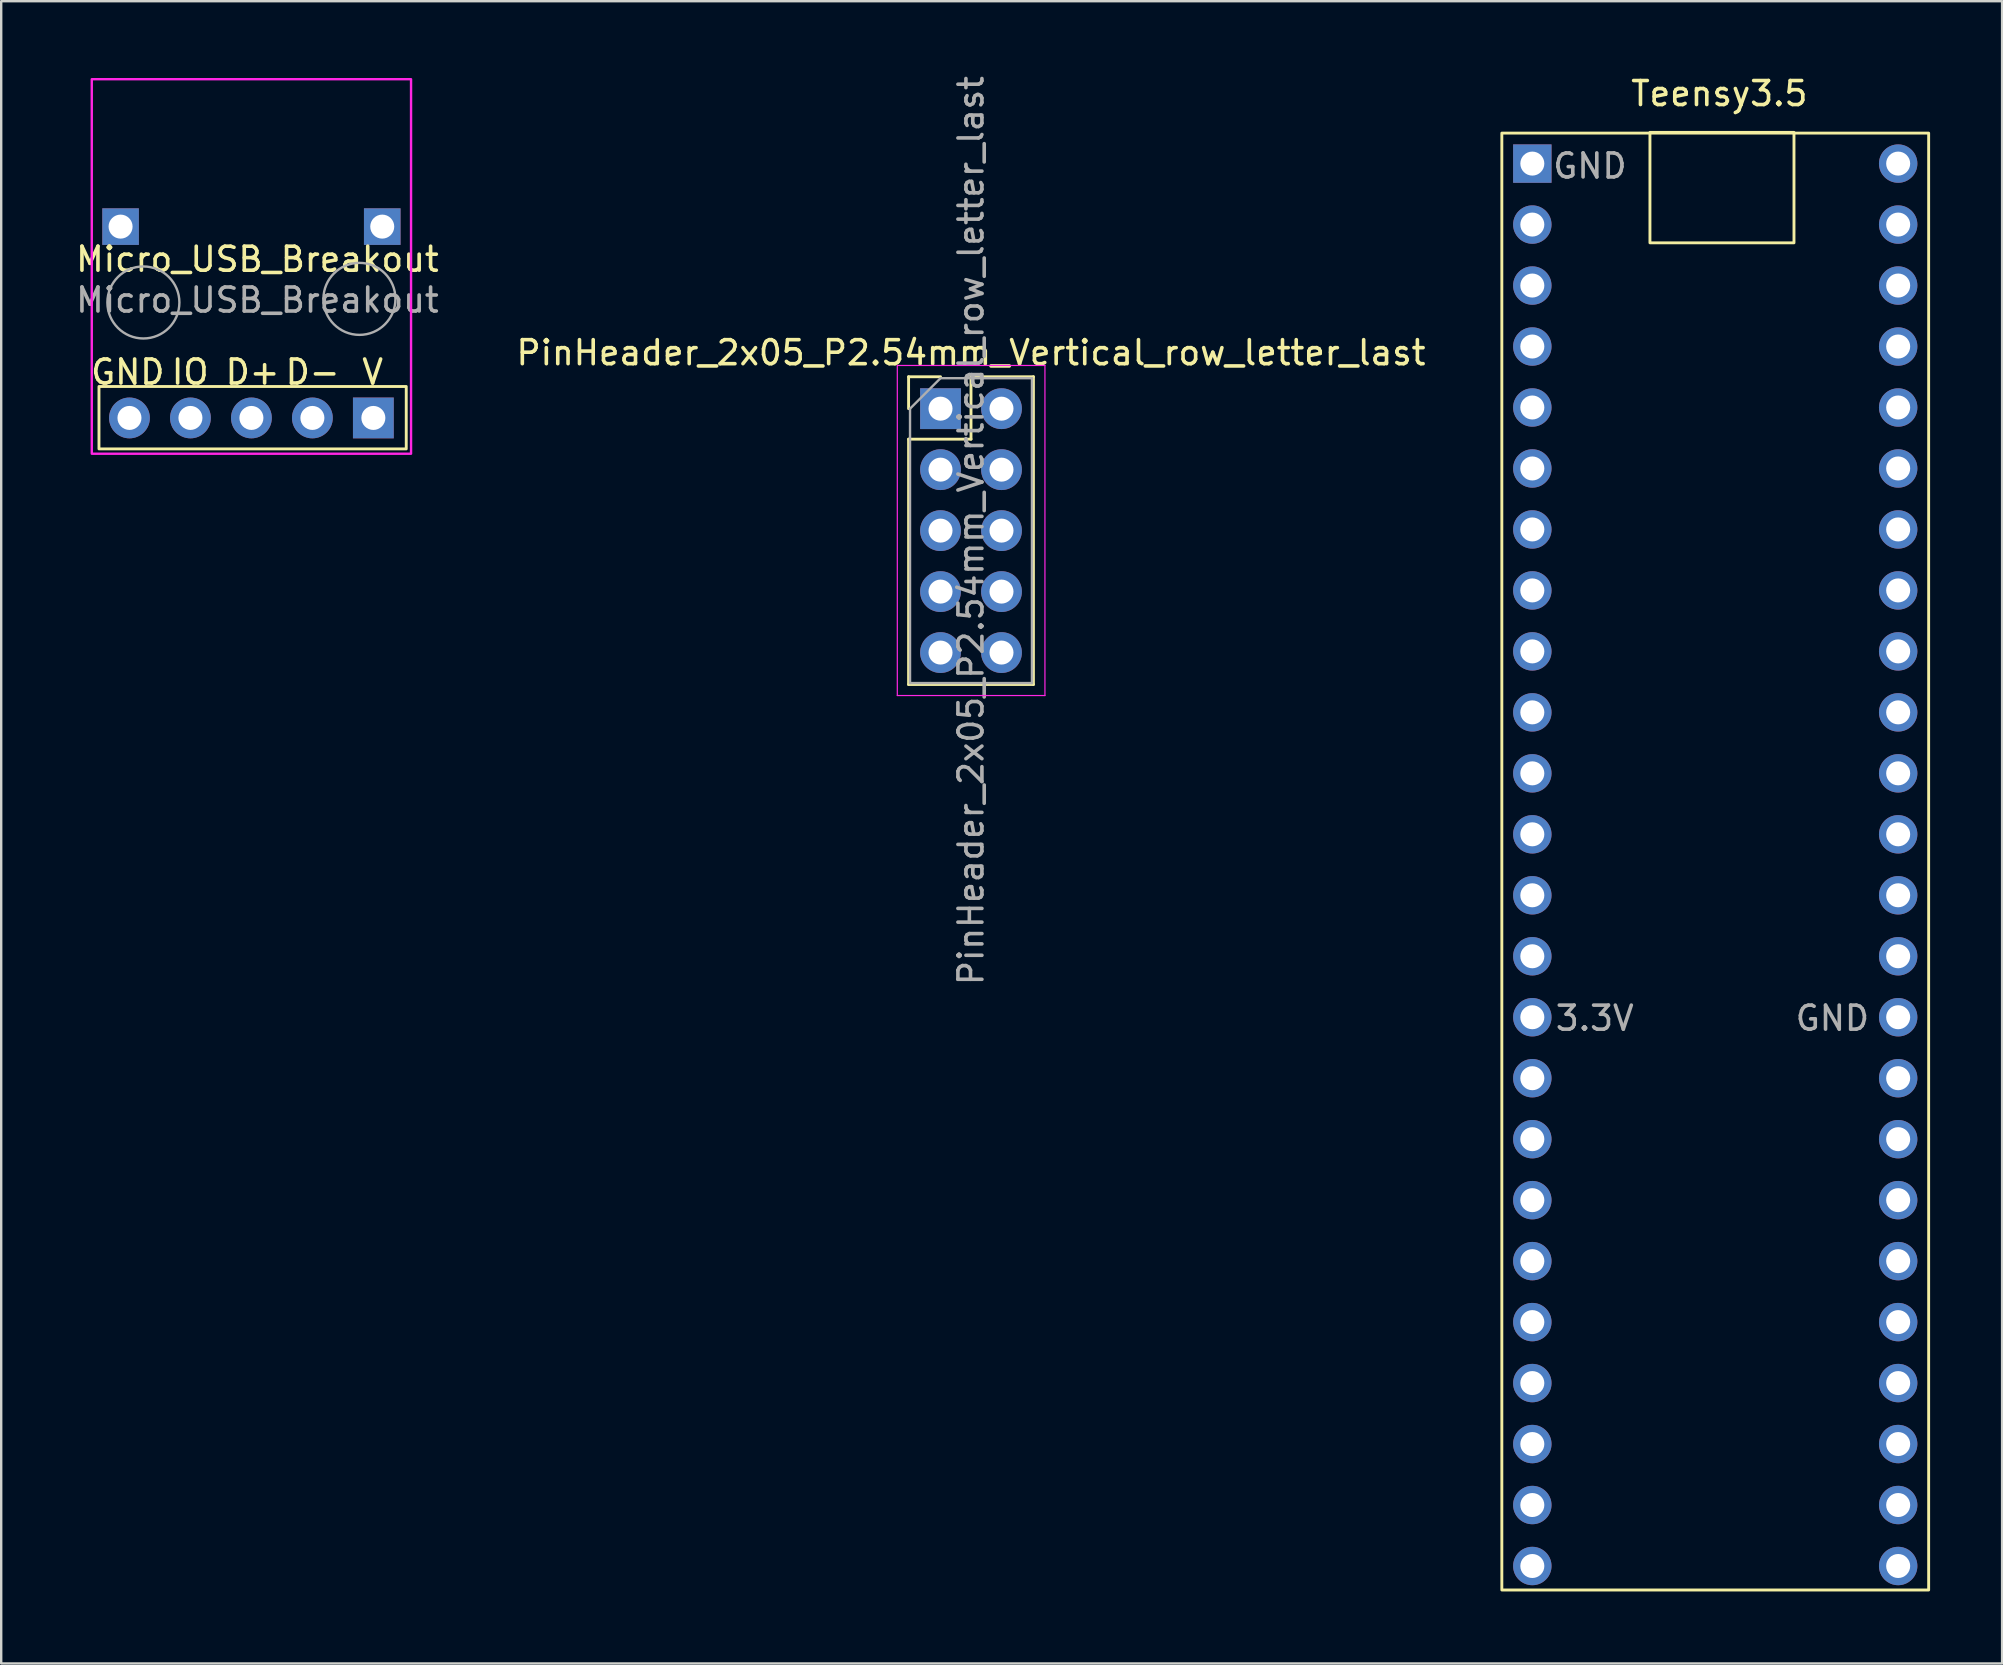
<source format=kicad_pcb>
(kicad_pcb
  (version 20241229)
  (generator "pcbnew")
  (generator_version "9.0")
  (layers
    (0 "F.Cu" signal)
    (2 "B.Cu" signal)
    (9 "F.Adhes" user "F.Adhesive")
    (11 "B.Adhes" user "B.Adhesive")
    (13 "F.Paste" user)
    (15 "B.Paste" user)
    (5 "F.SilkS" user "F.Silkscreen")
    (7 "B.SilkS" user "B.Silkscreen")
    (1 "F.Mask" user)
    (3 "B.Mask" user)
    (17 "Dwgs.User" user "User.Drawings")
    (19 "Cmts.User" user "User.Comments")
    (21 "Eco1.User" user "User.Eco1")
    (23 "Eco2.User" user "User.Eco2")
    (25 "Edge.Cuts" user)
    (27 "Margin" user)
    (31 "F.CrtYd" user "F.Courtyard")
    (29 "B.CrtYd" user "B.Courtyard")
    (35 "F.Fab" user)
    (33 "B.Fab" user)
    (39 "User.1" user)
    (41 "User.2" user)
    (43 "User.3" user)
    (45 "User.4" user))
  (footprint "PinHeader_2x05_P2.54mm_Vertical_row_letter_last"
    (layer "F.Cu")
    (at 36.129 13.974)
    (property "Reference" "PinHeader_2x05_P2.54mm_Vertical_row_letter_last" (at 1.27 -2.33 0) (layer "F.SilkS") (effects (font (size 1 1) (thickness 0.15))))
    (attr through_hole)
    (fp_line (start -1.33 -1.33) (end 0 -1.33) (stroke (width 0.12) (type solid)) (layer "F.SilkS"))
    (fp_line (start -1.33 0) (end -1.33 -1.33) (stroke (width 0.12) (type solid)) (layer "F.SilkS"))
    (fp_line (start -1.33 1.27) (end -1.33 11.49) (stroke (width 0.12) (type solid)) (layer "F.SilkS"))
    (fp_line (start -1.33 1.27) (end 1.27 1.27) (stroke (width 0.12) (type solid)) (layer "F.SilkS"))
    (fp_line (start -1.33 11.49) (end 3.87 11.49) (stroke (width 0.12) (type solid)) (layer "F.SilkS"))
    (fp_line (start 1.27 -1.33) (end 3.87 -1.33) (stroke (width 0.12) (type solid)) (layer "F.SilkS"))
    (fp_line (start 1.27 1.27) (end 1.27 -1.33) (stroke (width 0.12) (type solid)) (layer "F.SilkS"))
    (fp_line (start 3.87 -1.33) (end 3.87 11.49) (stroke (width 0.12) (type solid)) (layer "F.SilkS"))
    (fp_line (start -1.8 -1.8) (end -1.8 11.95) (stroke (width 0.05) (type solid)) (layer "F.CrtYd"))
    (fp_line (start -1.8 11.95) (end 4.35 11.95) (stroke (width 0.05) (type solid)) (layer "F.CrtYd"))
    (fp_line (start 4.35 -1.8) (end -1.8 -1.8) (stroke (width 0.05) (type solid)) (layer "F.CrtYd"))
    (fp_line (start 4.35 11.95) (end 4.35 -1.8) (stroke (width 0.05) (type solid)) (layer "F.CrtYd"))
    (fp_line (start -1.27 0) (end 0 -1.27) (stroke (width 0.1) (type solid)) (layer "F.Fab"))
    (fp_line (start -1.27 11.43) (end -1.27 0) (stroke (width 0.1) (type solid)) (layer "F.Fab"))
    (fp_line (start 0 -1.27) (end 3.81 -1.27) (stroke (width 0.1) (type solid)) (layer "F.Fab"))
    (fp_line (start 3.81 -1.27) (end 3.81 11.43) (stroke (width 0.1) (type solid)) (layer "F.Fab"))
    (fp_line (start 3.81 11.43) (end -1.27 11.43) (stroke (width 0.1) (type solid)) (layer "F.Fab"))
    (fp_text user "${REFERENCE}" (at 1.27 5.08 90) (layer "F.Fab") (effects (font (size 1 1) (thickness 0.15))))
    (pad "1a" thru_hole rect (at 0 0) (size 1.7 1.7) (drill 1) (layers "*.Cu" "*.Mask"))
    (pad "1b" thru_hole oval (at 2.54 0) (size 1.7 1.7) (drill 1) (layers "*.Cu" "*.Mask"))
    (pad "2a" thru_hole oval (at 0 2.54) (size 1.7 1.7) (drill 1) (layers "*.Cu" "*.Mask"))
    (pad "2b" thru_hole oval (at 2.54 2.54) (size 1.7 1.7) (drill 1) (layers "*.Cu" "*.Mask"))
    (pad "3a" thru_hole oval (at 0 5.08) (size 1.7 1.7) (drill 1) (layers "*.Cu" "*.Mask"))
    (pad "3b" thru_hole oval (at 2.54 5.08) (size 1.7 1.7) (drill 1) (layers "*.Cu" "*.Mask"))
    (pad "4a" thru_hole oval (at 0 7.62) (size 1.7 1.7) (drill 1) (layers "*.Cu" "*.Mask"))
    (pad "4b" thru_hole oval (at 2.54 7.62) (size 1.7 1.7) (drill 1) (layers "*.Cu" "*.Mask"))
    (pad "5a" thru_hole oval (at 0 10.16) (size 1.7 1.7) (drill 1) (layers "*.Cu" "*.Mask"))
    (pad "5b" thru_hole oval (at 2.54 10.16) (size 1.7 1.7) (drill 1) (layers "*.Cu" "*.Mask")))
  (footprint "Micro_USB_Breakout"
    (layer "F.Cu")
    (at 0.773 0.25)
    (property "Reference" "Micro_USB_Breakout" (at 6.9 7.5 0) (unlocked yes) (layer "F.SilkS") (effects (font (size 1 1) (thickness 0.15))))
    (attr through_hole)
    (fp_rect (start 13.1 15.4) (end 0.3 12.8) (stroke (width 0.12) (type solid)) (fill no) (layer "F.SilkS"))
    (fp_rect (start 0 0) (end 13.3 15.6) (stroke (width 0.1) (type solid)) (fill no) (layer "F.CrtYd"))
    (fp_circle (center 2.15 9.3) (end 3.65 9.3) (stroke (width 0.1) (type solid)) (fill no) (layer "F.Fab"))
    (fp_circle (center 11.15 9.15) (end 12.65 9.15) (stroke (width 0.1) (type solid)) (fill no) (layer "F.Fab"))
    (fp_text user "V" (at 11.7 12.2 0) (unlocked yes) (layer "F.SilkS") (effects (font (size 1 1) (thickness 0.15))))
    (fp_text user "D-" (at 9.2 12.2 0) (unlocked yes) (layer "F.SilkS") (effects (font (size 1 1) (thickness 0.15))))
    (fp_text user "IO" (at 4.1 12.2 0) (unlocked yes) (layer "F.SilkS") (effects (font (size 1 1) (thickness 0.15))))
    (fp_text user "GND" (at 1.5 12.2 0) (unlocked yes) (layer "F.SilkS") (effects (font (size 1 1) (thickness 0.15))))
    (fp_text user "D+" (at 6.7 12.2 0) (unlocked yes) (layer "F.SilkS") (effects (font (size 1 1) (thickness 0.15))))
    (fp_text user "${REFERENCE}" (at 6.9 9.2 0) (unlocked yes) (layer "F.Fab") (effects (font (size 1 1) (thickness 0.15))))
    (pad "1" thru_hole rect (at 11.73 14.11) (size 1.7 1.7) (drill 1) (layers "*.Cu" "*.Mask"))
    (pad "2" thru_hole circle (at 9.19 14.11) (size 1.7 1.7) (drill 1) (layers "*.Cu" "*.Mask"))
    (pad "3" thru_hole circle (at 6.65 14.11) (size 1.7 1.7) (drill 1) (layers "*.Cu" "*.Mask"))
    (pad "4" thru_hole circle (at 4.11 14.11) (size 1.7 1.7) (drill 1) (layers "*.Cu" "*.Mask"))
    (pad "5" thru_hole circle (at 1.57 14.11) (size 1.7 1.7) (drill 1) (layers "*.Cu" "*.Mask"))
    (pad "6" thru_hole rect (at 1.2 6.14) (size 1.524 1.524) (drill 1) (layers "*.Cu" "*.Mask"))
    (pad "6" thru_hole rect (at 12.1 6.14) (size 1.524 1.524) (drill 1) (layers "*.Cu" "*.Mask")))
  (footprint "Teensy3.5"
    (layer "F.Cu")
    (at 60.782 3.765)
    (property "Reference" "Teensy3.5" (at 7.791 -2.916 0) (unlocked yes) (layer "F.SilkS") (effects (font (size 1 1) (thickness 0.15))))
    (attr smd)
    (fp_rect (start -1.27 -1.27) (end 16.51 59.42) (stroke (width 0.12) (type solid)) (fill no) (layer "F.SilkS"))
    (fp_rect (start 10.9 3.3) (end 4.9 -1.3) (stroke (width 0.12) (type solid)) (fill no) (layer "F.SilkS"))
    (fp_text user "3.3V" (at 2.6 35.6 0) (unlocked yes) (layer "F.Fab") (effects (font (size 1 1) (thickness 0.15))))
    (fp_text user "GND" (at 12.5 35.6 0) (unlocked yes) (layer "F.Fab") (effects (font (size 1 1) (thickness 0.15))))
    (fp_text user "GND" (at 2.4 0.1 0) (unlocked yes) (layer "F.Fab") (effects (font (size 1 1) (thickness 0.15))))
    (pad "1" thru_hole rect (at 0 0) (size 1.6 1.6) (drill 1) (layers "*.Cu" "*.Mask"))
    (pad "2" thru_hole circle (at 0 2.54) (size 1.6 1.6) (drill 1) (layers "*.Cu" "*.Mask"))
    (pad "3" thru_hole circle (at 0 5.08) (size 1.6 1.6) (drill 1) (layers "*.Cu" "*.Mask"))
    (pad "4" thru_hole circle (at 0 7.62) (size 1.6 1.6) (drill 1) (layers "*.Cu" "*.Mask"))
    (pad "5" thru_hole circle (at 0 10.16) (size 1.6 1.6) (drill 1) (layers "*.Cu" "*.Mask"))
    (pad "6" thru_hole circle (at 0 12.7) (size 1.6 1.6) (drill 1) (layers "*.Cu" "*.Mask"))
    (pad "7" thru_hole circle (at 0 15.24) (size 1.6 1.6) (drill 1) (layers "*.Cu" "*.Mask"))
    (pad "8" thru_hole circle (at 0 17.78) (size 1.6 1.6) (drill 1) (layers "*.Cu" "*.Mask"))
    (pad "9" thru_hole circle (at 0 20.32) (size 1.6 1.6) (drill 1) (layers "*.Cu" "*.Mask"))
    (pad "10" thru_hole circle (at 0 22.86) (size 1.6 1.6) (drill 1) (layers "*.Cu" "*.Mask"))
    (pad "11" thru_hole circle (at 0 25.4) (size 1.6 1.6) (drill 1) (layers "*.Cu" "*.Mask"))
    (pad "12" thru_hole circle (at 0 27.94) (size 1.6 1.6) (drill 1) (layers "*.Cu" "*.Mask"))
    (pad "13" thru_hole circle (at 0 30.48) (size 1.6 1.6) (drill 1) (layers "*.Cu" "*.Mask"))
    (pad "14" thru_hole circle (at 0 33.02) (size 1.6 1.6) (drill 1) (layers "*.Cu" "*.Mask"))
    (pad "15" thru_hole circle (at 0 35.56) (size 1.6 1.6) (drill 1) (layers "*.Cu" "*.Mask"))
    (pad "16" thru_hole circle (at 0 38.1) (size 1.6 1.6) (drill 1) (layers "*.Cu" "*.Mask"))
    (pad "17" thru_hole circle (at 0 40.64) (size 1.6 1.6) (drill 1) (layers "*.Cu" "*.Mask"))
    (pad "18" thru_hole circle (at 0 43.18) (size 1.6 1.6) (drill 1) (layers "*.Cu" "*.Mask"))
    (pad "19" thru_hole circle (at 0 45.72) (size 1.6 1.6) (drill 1) (layers "*.Cu" "*.Mask"))
    (pad "20" thru_hole circle (at 0 48.26) (size 1.6 1.6) (drill 1) (layers "*.Cu" "*.Mask"))
    (pad "21" thru_hole circle (at 0 50.8) (size 1.6 1.6) (drill 1) (layers "*.Cu" "*.Mask"))
    (pad "22" thru_hole circle (at 0 53.34) (size 1.6 1.6) (drill 1) (layers "*.Cu" "*.Mask"))
    (pad "23" thru_hole circle (at 0 55.88) (size 1.6 1.6) (drill 1) (layers "*.Cu" "*.Mask"))
    (pad "24" thru_hole circle (at 0 58.42) (size 1.6 1.6) (drill 1) (layers "*.Cu" "*.Mask"))
    (pad "30" thru_hole circle (at 15.24 58.42) (size 1.6 1.6) (drill 1) (layers "*.Cu" "*.Mask"))
    (pad "31" thru_hole circle (at 15.24 55.88) (size 1.6 1.6) (drill 1) (layers "*.Cu" "*.Mask"))
    (pad "32" thru_hole circle (at 15.24 53.34) (size 1.6 1.6) (drill 1) (layers "*.Cu" "*.Mask"))
    (pad "33" thru_hole circle (at 15.24 50.8) (size 1.6 1.6) (drill 1) (layers "*.Cu" "*.Mask"))
    (pad "34" thru_hole circle (at 15.24 48.26) (size 1.6 1.6) (drill 1) (layers "*.Cu" "*.Mask"))
    (pad "35" thru_hole circle (at 15.24 45.72) (size 1.6 1.6) (drill 1) (layers "*.Cu" "*.Mask"))
    (pad "36" thru_hole circle (at 15.24 43.18) (size 1.6 1.6) (drill 1) (layers "*.Cu" "*.Mask"))
    (pad "37" thru_hole circle (at 15.24 40.64) (size 1.6 1.6) (drill 1) (layers "*.Cu" "*.Mask"))
    (pad "38" thru_hole circle (at 15.24 38.1) (size 1.6 1.6) (drill 1) (layers "*.Cu" "*.Mask"))
    (pad "39" thru_hole circle (at 15.24 35.56) (size 1.6 1.6) (drill 1) (layers "*.Cu" "*.Mask"))
    (pad "40" thru_hole circle (at 15.24 33.02) (size 1.6 1.6) (drill 1) (layers "*.Cu" "*.Mask"))
    (pad "41" thru_hole circle (at 15.24 30.48) (size 1.6 1.6) (drill 1) (layers "*.Cu" "*.Mask"))
    (pad "42" thru_hole circle (at 15.24 27.94) (size 1.6 1.6) (drill 1) (layers "*.Cu" "*.Mask"))
    (pad "43" thru_hole circle (at 15.24 25.4) (size 1.6 1.6) (drill 1) (layers "*.Cu" "*.Mask"))
    (pad "44" thru_hole circle (at 15.24 22.86) (size 1.6 1.6) (drill 1) (layers "*.Cu" "*.Mask"))
    (pad "45" thru_hole circle (at 15.24 20.32) (size 1.6 1.6) (drill 1) (layers "*.Cu" "*.Mask"))
    (pad "46" thru_hole circle (at 15.24 17.78) (size 1.6 1.6) (drill 1) (layers "*.Cu" "*.Mask"))
    (pad "47" thru_hole circle (at 15.24 15.24) (size 1.6 1.6) (drill 1) (layers "*.Cu" "*.Mask"))
    (pad "48" thru_hole circle (at 15.24 12.7) (size 1.6 1.6) (drill 1) (layers "*.Cu" "*.Mask"))
    (pad "49" thru_hole circle (at 15.24 10.16) (size 1.6 1.6) (drill 1) (layers "*.Cu" "*.Mask"))
    (pad "50" thru_hole circle (at 15.24 7.62) (size 1.6 1.6) (drill 1) (layers "*.Cu" "*.Mask"))
    (pad "51" thru_hole circle (at 15.24 5.08) (size 1.6 1.6) (drill 1) (layers "*.Cu" "*.Mask"))
    (pad "52" thru_hole circle (at 15.24 2.54) (size 1.6 1.6) (drill 1) (layers "*.Cu" "*.Mask"))
    (pad "53" thru_hole circle (at 15.24 0) (size 1.6 1.6) (drill 1) (layers "*.Cu" "*.Mask")))
  (gr_rect
    (start -3 -3)
    (end 80.352 66.245)
    (stroke (width 0.1) (type default))
    (fill no)
    (layer "Edge.Cuts")))
</source>
